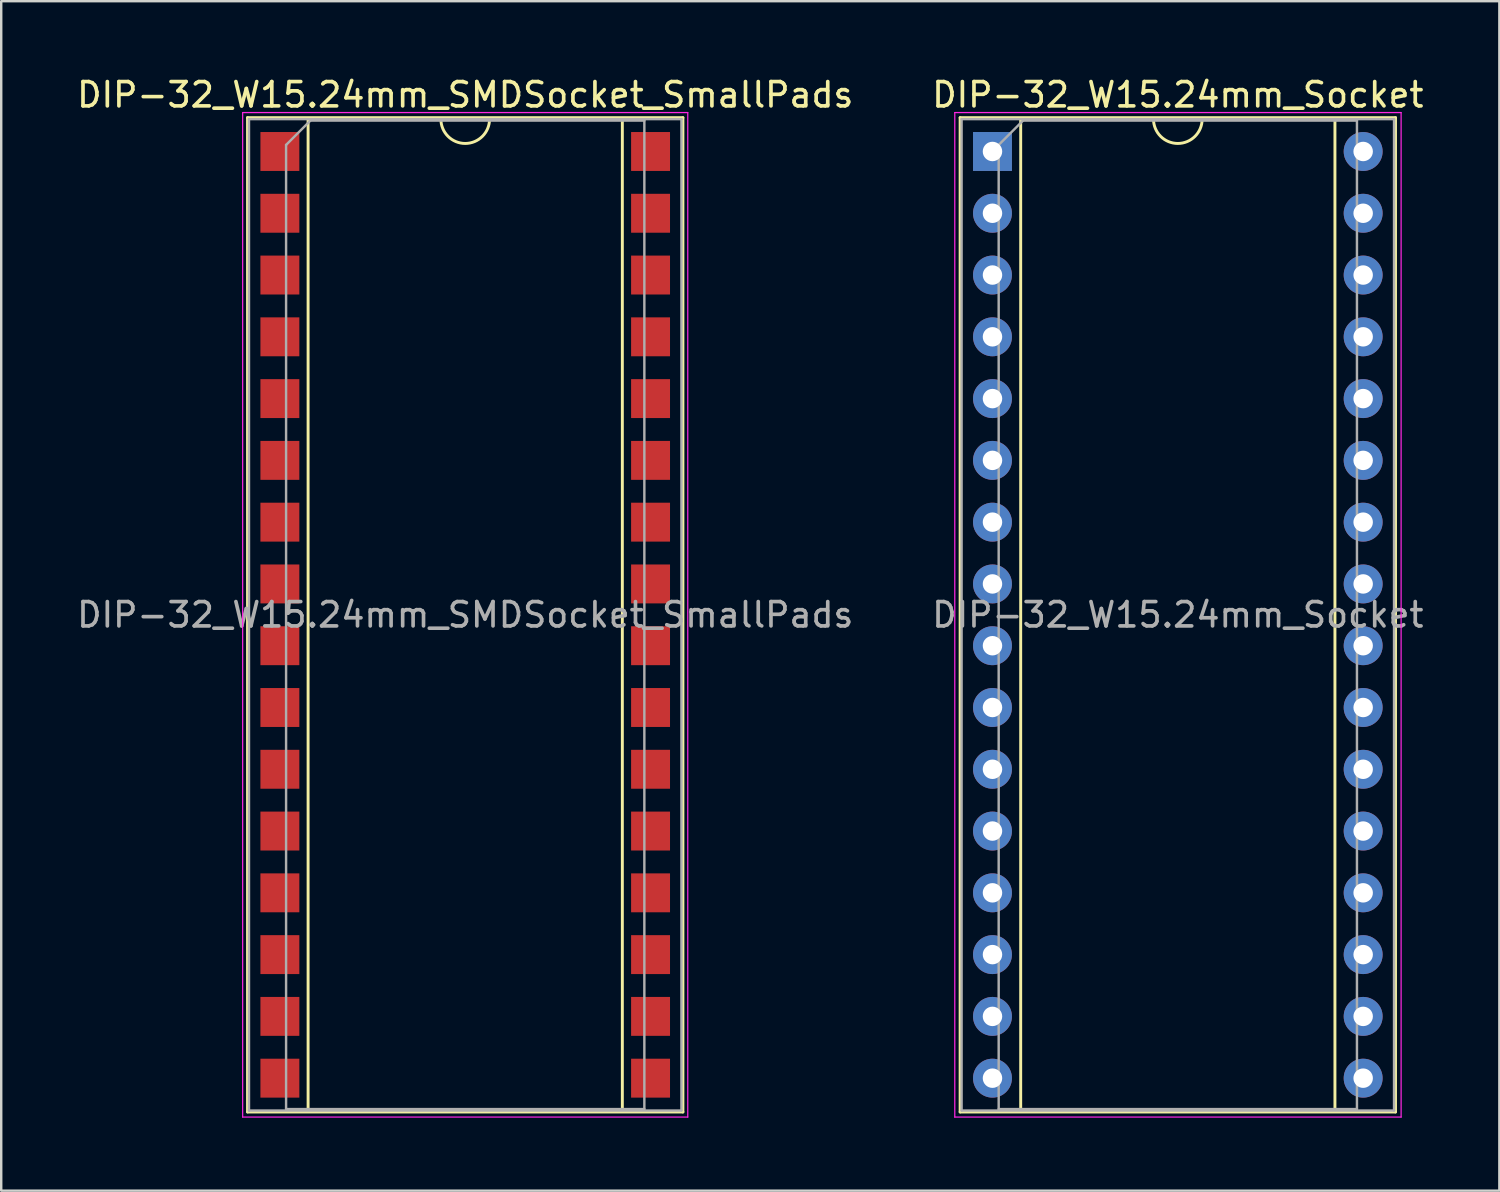
<source format=kicad_pcb>
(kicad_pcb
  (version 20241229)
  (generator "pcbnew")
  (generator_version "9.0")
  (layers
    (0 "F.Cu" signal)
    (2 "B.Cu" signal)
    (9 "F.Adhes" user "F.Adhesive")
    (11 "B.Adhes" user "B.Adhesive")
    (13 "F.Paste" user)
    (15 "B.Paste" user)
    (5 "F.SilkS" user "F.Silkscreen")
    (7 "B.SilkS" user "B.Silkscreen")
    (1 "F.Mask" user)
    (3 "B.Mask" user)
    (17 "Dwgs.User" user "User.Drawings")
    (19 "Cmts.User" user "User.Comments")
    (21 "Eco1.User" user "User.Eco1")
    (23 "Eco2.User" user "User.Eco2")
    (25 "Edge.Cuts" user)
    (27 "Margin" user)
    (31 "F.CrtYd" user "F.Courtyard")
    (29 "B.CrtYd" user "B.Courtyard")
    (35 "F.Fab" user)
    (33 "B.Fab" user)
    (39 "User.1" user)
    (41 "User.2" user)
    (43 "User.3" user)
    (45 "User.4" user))
  (footprint "DIP-32_W15.24mm_SMDSocket_SmallPads"
    (layer "F.Cu")
    (at 16.077 22.228)
    (property "Reference" "DIP-32_W15.24mm_SMDSocket_SmallPads" (at 0 -21.38 0) (layer "F.SilkS") (effects (font (size 1 1) (thickness 0.15))))
    (attr smd)
    (fp_line (start -8.95 -20.44) (end -8.95 20.44) (stroke (width 0.12) (type solid)) (layer "F.SilkS"))
    (fp_line (start -8.95 20.44) (end 8.95 20.44) (stroke (width 0.12) (type solid)) (layer "F.SilkS"))
    (fp_line (start -6.46 -20.38) (end -6.46 20.38) (stroke (width 0.12) (type solid)) (layer "F.SilkS"))
    (fp_line (start -6.46 20.38) (end 6.46 20.38) (stroke (width 0.12) (type solid)) (layer "F.SilkS"))
    (fp_line (start -1 -20.38) (end -6.46 -20.38) (stroke (width 0.12) (type solid)) (layer "F.SilkS"))
    (fp_line (start 6.46 -20.38) (end 1 -20.38) (stroke (width 0.12) (type solid)) (layer "F.SilkS"))
    (fp_line (start 6.46 20.38) (end 6.46 -20.38) (stroke (width 0.12) (type solid)) (layer "F.SilkS"))
    (fp_line (start 8.95 -20.44) (end -8.95 -20.44) (stroke (width 0.12) (type solid)) (layer "F.SilkS"))
    (fp_line (start 8.95 20.44) (end 8.95 -20.44) (stroke (width 0.12) (type solid)) (layer "F.SilkS"))
    (fp_arc (start 1 -20.38) (mid 0 -19.38) (end -1 -20.38) (stroke (width 0.12) (type solid)) (layer "F.SilkS"))
    (fp_line (start -9.15 -20.65) (end -9.15 20.65) (stroke (width 0.05) (type solid)) (layer "F.CrtYd"))
    (fp_line (start -9.15 20.65) (end 9.15 20.65) (stroke (width 0.05) (type solid)) (layer "F.CrtYd"))
    (fp_line (start 9.15 -20.65) (end -9.15 -20.65) (stroke (width 0.05) (type solid)) (layer "F.CrtYd"))
    (fp_line (start 9.15 20.65) (end 9.15 -20.65) (stroke (width 0.05) (type solid)) (layer "F.CrtYd"))
    (fp_line (start -8.89 -20.38) (end -8.89 20.38) (stroke (width 0.1) (type solid)) (layer "F.Fab"))
    (fp_line (start -8.89 20.38) (end 8.89 20.38) (stroke (width 0.1) (type solid)) (layer "F.Fab"))
    (fp_line (start -7.365 -19.32) (end -6.365 -20.32) (stroke (width 0.1) (type solid)) (layer "F.Fab"))
    (fp_line (start -7.365 20.32) (end -7.365 -19.32) (stroke (width 0.1) (type solid)) (layer "F.Fab"))
    (fp_line (start -6.365 -20.32) (end 7.365 -20.32) (stroke (width 0.1) (type solid)) (layer "F.Fab"))
    (fp_line (start 7.365 -20.32) (end 7.365 20.32) (stroke (width 0.1) (type solid)) (layer "F.Fab"))
    (fp_line (start 7.365 20.32) (end -7.365 20.32) (stroke (width 0.1) (type solid)) (layer "F.Fab"))
    (fp_line (start 8.89 -20.38) (end -8.89 -20.38) (stroke (width 0.1) (type solid)) (layer "F.Fab"))
    (fp_line (start 8.89 20.38) (end 8.89 -20.38) (stroke (width 0.1) (type solid)) (layer "F.Fab"))
    (fp_text user "${REFERENCE}" (at 0 0 0) (layer "F.Fab") (effects (font (size 1 1) (thickness 0.15))))
    (pad "1" smd rect (at -7.62 -19.05) (size 1.6 1.6) (layers "F.Cu" "F.Mask" "F.Paste"))
    (pad "2" smd rect (at -7.62 -16.51) (size 1.6 1.6) (layers "F.Cu" "F.Mask" "F.Paste"))
    (pad "3" smd rect (at -7.62 -13.97) (size 1.6 1.6) (layers "F.Cu" "F.Mask" "F.Paste"))
    (pad "4" smd rect (at -7.62 -11.43) (size 1.6 1.6) (layers "F.Cu" "F.Mask" "F.Paste"))
    (pad "5" smd rect (at -7.62 -8.89) (size 1.6 1.6) (layers "F.Cu" "F.Mask" "F.Paste"))
    (pad "6" smd rect (at -7.62 -6.35) (size 1.6 1.6) (layers "F.Cu" "F.Mask" "F.Paste"))
    (pad "7" smd rect (at -7.62 -3.81) (size 1.6 1.6) (layers "F.Cu" "F.Mask" "F.Paste"))
    (pad "8" smd rect (at -7.62 -1.27) (size 1.6 1.6) (layers "F.Cu" "F.Mask" "F.Paste"))
    (pad "9" smd rect (at -7.62 1.27) (size 1.6 1.6) (layers "F.Cu" "F.Mask" "F.Paste"))
    (pad "10" smd rect (at -7.62 3.81) (size 1.6 1.6) (layers "F.Cu" "F.Mask" "F.Paste"))
    (pad "11" smd rect (at -7.62 6.35) (size 1.6 1.6) (layers "F.Cu" "F.Mask" "F.Paste"))
    (pad "12" smd rect (at -7.62 8.89) (size 1.6 1.6) (layers "F.Cu" "F.Mask" "F.Paste"))
    (pad "13" smd rect (at -7.62 11.43) (size 1.6 1.6) (layers "F.Cu" "F.Mask" "F.Paste"))
    (pad "14" smd rect (at -7.62 13.97) (size 1.6 1.6) (layers "F.Cu" "F.Mask" "F.Paste"))
    (pad "15" smd rect (at -7.62 16.51) (size 1.6 1.6) (layers "F.Cu" "F.Mask" "F.Paste"))
    (pad "16" smd rect (at -7.62 19.05) (size 1.6 1.6) (layers "F.Cu" "F.Mask" "F.Paste"))
    (pad "17" smd rect (at 7.62 19.05) (size 1.6 1.6) (layers "F.Cu" "F.Mask" "F.Paste"))
    (pad "18" smd rect (at 7.62 16.51) (size 1.6 1.6) (layers "F.Cu" "F.Mask" "F.Paste"))
    (pad "19" smd rect (at 7.62 13.97) (size 1.6 1.6) (layers "F.Cu" "F.Mask" "F.Paste"))
    (pad "20" smd rect (at 7.62 11.43) (size 1.6 1.6) (layers "F.Cu" "F.Mask" "F.Paste"))
    (pad "21" smd rect (at 7.62 8.89) (size 1.6 1.6) (layers "F.Cu" "F.Mask" "F.Paste"))
    (pad "22" smd rect (at 7.62 6.35) (size 1.6 1.6) (layers "F.Cu" "F.Mask" "F.Paste"))
    (pad "23" smd rect (at 7.62 3.81) (size 1.6 1.6) (layers "F.Cu" "F.Mask" "F.Paste"))
    (pad "24" smd rect (at 7.62 1.27) (size 1.6 1.6) (layers "F.Cu" "F.Mask" "F.Paste"))
    (pad "25" smd rect (at 7.62 -1.27) (size 1.6 1.6) (layers "F.Cu" "F.Mask" "F.Paste"))
    (pad "26" smd rect (at 7.62 -3.81) (size 1.6 1.6) (layers "F.Cu" "F.Mask" "F.Paste"))
    (pad "27" smd rect (at 7.62 -6.35) (size 1.6 1.6) (layers "F.Cu" "F.Mask" "F.Paste"))
    (pad "28" smd rect (at 7.62 -8.89) (size 1.6 1.6) (layers "F.Cu" "F.Mask" "F.Paste"))
    (pad "29" smd rect (at 7.62 -11.43) (size 1.6 1.6) (layers "F.Cu" "F.Mask" "F.Paste"))
    (pad "30" smd rect (at 7.62 -13.97) (size 1.6 1.6) (layers "F.Cu" "F.Mask" "F.Paste"))
    (pad "31" smd rect (at 7.62 -16.51) (size 1.6 1.6) (layers "F.Cu" "F.Mask" "F.Paste"))
    (pad "32" smd rect (at 7.62 -19.05) (size 1.6 1.6) (layers "F.Cu" "F.Mask" "F.Paste")))
  (footprint "DIP-32_W15.24mm_Socket"
    (layer "F.Cu")
    (at 37.755 3.178)
    (property "Reference" "DIP-32_W15.24mm_Socket" (at 7.62 -2.33 0) (layer "F.SilkS") (effects (font (size 1 1) (thickness 0.15))))
    (attr through_hole)
    (fp_line (start -1.33 -1.39) (end -1.33 39.49) (stroke (width 0.12) (type solid)) (layer "F.SilkS"))
    (fp_line (start -1.33 39.49) (end 16.57 39.49) (stroke (width 0.12) (type solid)) (layer "F.SilkS"))
    (fp_line (start 1.16 -1.33) (end 1.16 39.43) (stroke (width 0.12) (type solid)) (layer "F.SilkS"))
    (fp_line (start 1.16 39.43) (end 14.08 39.43) (stroke (width 0.12) (type solid)) (layer "F.SilkS"))
    (fp_line (start 6.62 -1.33) (end 1.16 -1.33) (stroke (width 0.12) (type solid)) (layer "F.SilkS"))
    (fp_line (start 14.08 -1.33) (end 8.62 -1.33) (stroke (width 0.12) (type solid)) (layer "F.SilkS"))
    (fp_line (start 14.08 39.43) (end 14.08 -1.33) (stroke (width 0.12) (type solid)) (layer "F.SilkS"))
    (fp_line (start 16.57 -1.39) (end -1.33 -1.39) (stroke (width 0.12) (type solid)) (layer "F.SilkS"))
    (fp_line (start 16.57 39.49) (end 16.57 -1.39) (stroke (width 0.12) (type solid)) (layer "F.SilkS"))
    (fp_arc (start 8.62 -1.33) (mid 7.62 -0.33) (end 6.62 -1.33) (stroke (width 0.12) (type solid)) (layer "F.SilkS"))
    (fp_line (start -1.55 -1.6) (end -1.55 39.7) (stroke (width 0.05) (type solid)) (layer "F.CrtYd"))
    (fp_line (start -1.55 39.7) (end 16.8 39.7) (stroke (width 0.05) (type solid)) (layer "F.CrtYd"))
    (fp_line (start 16.8 -1.6) (end -1.55 -1.6) (stroke (width 0.05) (type solid)) (layer "F.CrtYd"))
    (fp_line (start 16.8 39.7) (end 16.8 -1.6) (stroke (width 0.05) (type solid)) (layer "F.CrtYd"))
    (fp_line (start -1.27 -1.33) (end -1.27 39.43) (stroke (width 0.1) (type solid)) (layer "F.Fab"))
    (fp_line (start -1.27 39.43) (end 16.51 39.43) (stroke (width 0.1) (type solid)) (layer "F.Fab"))
    (fp_line (start 0.255 -0.27) (end 1.255 -1.27) (stroke (width 0.1) (type solid)) (layer "F.Fab"))
    (fp_line (start 0.255 39.37) (end 0.255 -0.27) (stroke (width 0.1) (type solid)) (layer "F.Fab"))
    (fp_line (start 1.255 -1.27) (end 14.985 -1.27) (stroke (width 0.1) (type solid)) (layer "F.Fab"))
    (fp_line (start 14.985 -1.27) (end 14.985 39.37) (stroke (width 0.1) (type solid)) (layer "F.Fab"))
    (fp_line (start 14.985 39.37) (end 0.255 39.37) (stroke (width 0.1) (type solid)) (layer "F.Fab"))
    (fp_line (start 16.51 -1.33) (end -1.27 -1.33) (stroke (width 0.1) (type solid)) (layer "F.Fab"))
    (fp_line (start 16.51 39.43) (end 16.51 -1.33) (stroke (width 0.1) (type solid)) (layer "F.Fab"))
    (fp_text user "${REFERENCE}" (at 7.62 19.05 0) (layer "F.Fab") (effects (font (size 1 1) (thickness 0.15))))
    (pad "1" thru_hole rect (at 0 0) (size 1.6 1.6) (drill 0.8) (layers "*.Cu" "*.Mask"))
    (pad "2" thru_hole oval (at 0 2.54) (size 1.6 1.6) (drill 0.8) (layers "*.Cu" "*.Mask"))
    (pad "3" thru_hole oval (at 0 5.08) (size 1.6 1.6) (drill 0.8) (layers "*.Cu" "*.Mask"))
    (pad "4" thru_hole oval (at 0 7.62) (size 1.6 1.6) (drill 0.8) (layers "*.Cu" "*.Mask"))
    (pad "5" thru_hole oval (at 0 10.16) (size 1.6 1.6) (drill 0.8) (layers "*.Cu" "*.Mask"))
    (pad "6" thru_hole oval (at 0 12.7) (size 1.6 1.6) (drill 0.8) (layers "*.Cu" "*.Mask"))
    (pad "7" thru_hole oval (at 0 15.24) (size 1.6 1.6) (drill 0.8) (layers "*.Cu" "*.Mask"))
    (pad "8" thru_hole oval (at 0 17.78) (size 1.6 1.6) (drill 0.8) (layers "*.Cu" "*.Mask"))
    (pad "9" thru_hole oval (at 0 20.32) (size 1.6 1.6) (drill 0.8) (layers "*.Cu" "*.Mask"))
    (pad "10" thru_hole oval (at 0 22.86) (size 1.6 1.6) (drill 0.8) (layers "*.Cu" "*.Mask"))
    (pad "11" thru_hole oval (at 0 25.4) (size 1.6 1.6) (drill 0.8) (layers "*.Cu" "*.Mask"))
    (pad "12" thru_hole oval (at 0 27.94) (size 1.6 1.6) (drill 0.8) (layers "*.Cu" "*.Mask"))
    (pad "13" thru_hole oval (at 0 30.48) (size 1.6 1.6) (drill 0.8) (layers "*.Cu" "*.Mask"))
    (pad "14" thru_hole oval (at 0 33.02) (size 1.6 1.6) (drill 0.8) (layers "*.Cu" "*.Mask"))
    (pad "15" thru_hole oval (at 0 35.56) (size 1.6 1.6) (drill 0.8) (layers "*.Cu" "*.Mask"))
    (pad "16" thru_hole oval (at 0 38.1) (size 1.6 1.6) (drill 0.8) (layers "*.Cu" "*.Mask"))
    (pad "17" thru_hole oval (at 15.24 38.1) (size 1.6 1.6) (drill 0.8) (layers "*.Cu" "*.Mask"))
    (pad "18" thru_hole oval (at 15.24 35.56) (size 1.6 1.6) (drill 0.8) (layers "*.Cu" "*.Mask"))
    (pad "19" thru_hole oval (at 15.24 33.02) (size 1.6 1.6) (drill 0.8) (layers "*.Cu" "*.Mask"))
    (pad "20" thru_hole oval (at 15.24 30.48) (size 1.6 1.6) (drill 0.8) (layers "*.Cu" "*.Mask"))
    (pad "21" thru_hole oval (at 15.24 27.94) (size 1.6 1.6) (drill 0.8) (layers "*.Cu" "*.Mask"))
    (pad "22" thru_hole oval (at 15.24 25.4) (size 1.6 1.6) (drill 0.8) (layers "*.Cu" "*.Mask"))
    (pad "23" thru_hole oval (at 15.24 22.86) (size 1.6 1.6) (drill 0.8) (layers "*.Cu" "*.Mask"))
    (pad "24" thru_hole oval (at 15.24 20.32) (size 1.6 1.6) (drill 0.8) (layers "*.Cu" "*.Mask"))
    (pad "25" thru_hole oval (at 15.24 17.78) (size 1.6 1.6) (drill 0.8) (layers "*.Cu" "*.Mask"))
    (pad "26" thru_hole oval (at 15.24 15.24) (size 1.6 1.6) (drill 0.8) (layers "*.Cu" "*.Mask"))
    (pad "27" thru_hole oval (at 15.24 12.7) (size 1.6 1.6) (drill 0.8) (layers "*.Cu" "*.Mask"))
    (pad "28" thru_hole oval (at 15.24 10.16) (size 1.6 1.6) (drill 0.8) (layers "*.Cu" "*.Mask"))
    (pad "29" thru_hole oval (at 15.24 7.62) (size 1.6 1.6) (drill 0.8) (layers "*.Cu" "*.Mask"))
    (pad "30" thru_hole oval (at 15.24 5.08) (size 1.6 1.6) (drill 0.8) (layers "*.Cu" "*.Mask"))
    (pad "31" thru_hole oval (at 15.24 2.54) (size 1.6 1.6) (drill 0.8) (layers "*.Cu" "*.Mask"))
    (pad "32" thru_hole oval (at 15.24 0) (size 1.6 1.6) (drill 0.8) (layers "*.Cu" "*.Mask")))
  (gr_rect
    (start -3 -3)
    (end 58.595 45.903)
    (stroke (width 0.1) (type default))
    (fill no)
    (layer "Edge.Cuts")))
</source>
